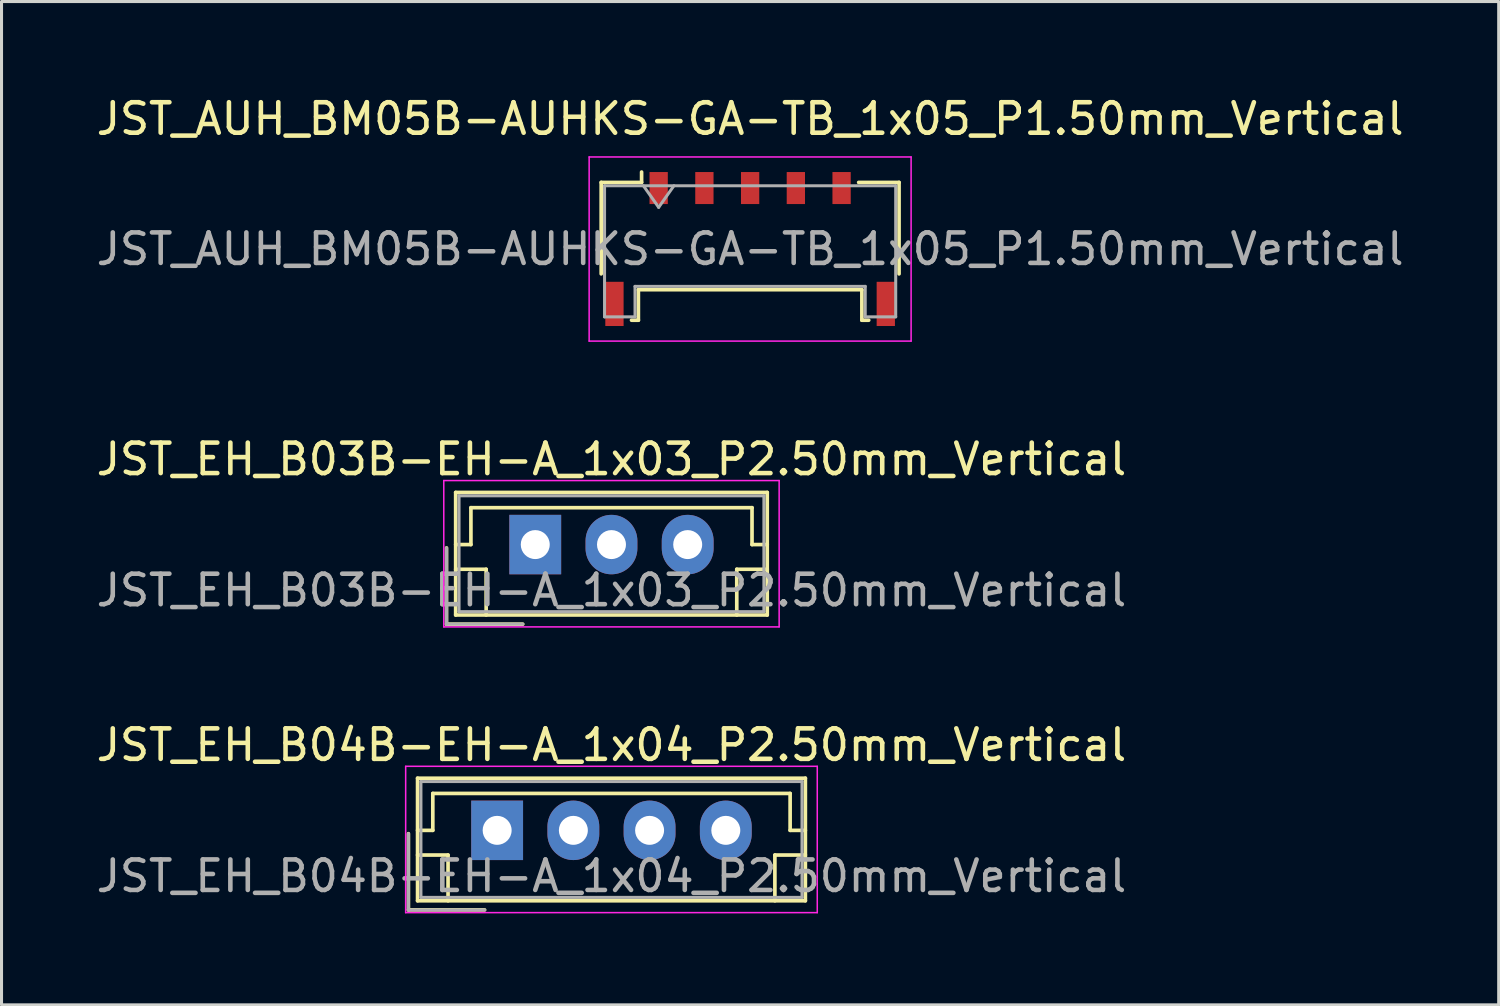
<source format=kicad_pcb>
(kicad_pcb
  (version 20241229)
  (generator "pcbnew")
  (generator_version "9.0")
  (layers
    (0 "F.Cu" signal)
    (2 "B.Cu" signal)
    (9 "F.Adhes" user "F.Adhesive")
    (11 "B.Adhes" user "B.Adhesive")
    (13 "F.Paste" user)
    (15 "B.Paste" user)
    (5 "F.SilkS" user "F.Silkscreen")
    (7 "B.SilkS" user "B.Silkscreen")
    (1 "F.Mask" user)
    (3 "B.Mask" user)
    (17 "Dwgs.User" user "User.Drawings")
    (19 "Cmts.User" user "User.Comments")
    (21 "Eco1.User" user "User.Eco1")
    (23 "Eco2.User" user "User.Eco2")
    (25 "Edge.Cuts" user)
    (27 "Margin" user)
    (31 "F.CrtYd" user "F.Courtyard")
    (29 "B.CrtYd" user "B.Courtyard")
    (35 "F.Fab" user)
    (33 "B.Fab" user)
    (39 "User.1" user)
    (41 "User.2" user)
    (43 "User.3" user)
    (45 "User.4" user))
  (footprint "JST_AUH_BM05B-AUHKS-GA-TB_1x05_P1.50mm_Vertical"
    (layer "F.Cu")
    (at 21.554 5.118)
    (property "Reference" "JST_AUH_BM05B-AUHKS-GA-TB_1x05_P1.50mm_Vertical" (at 0 -4.27 0) (layer "F.SilkS") (effects (font (size 1 1) (thickness 0.15))))
    (attr smd)
    (fp_line (start -4.885 -2.185) (end -3.56 -2.185) (stroke (width 0.12) (type solid)) (layer "F.SilkS"))
    (fp_line (start -4.885 0.815) (end -4.885 -2.185) (stroke (width 0.12) (type solid)) (layer "F.SilkS"))
    (fp_line (start -3.89 2.335) (end -3.665 2.335) (stroke (width 0.12) (type solid)) (layer "F.SilkS"))
    (fp_line (start -3.665 1.335) (end 3.665 1.335) (stroke (width 0.12) (type solid)) (layer "F.SilkS"))
    (fp_line (start -3.665 2.335) (end -3.665 1.335) (stroke (width 0.12) (type solid)) (layer "F.SilkS"))
    (fp_line (start -3.56 -2.185) (end -3.56 -2.525) (stroke (width 0.12) (type solid)) (layer "F.SilkS"))
    (fp_line (start 3.665 1.335) (end 3.665 2.335) (stroke (width 0.12) (type solid)) (layer "F.SilkS"))
    (fp_line (start 3.665 2.335) (end 3.89 2.335) (stroke (width 0.12) (type solid)) (layer "F.SilkS"))
    (fp_line (start 4.885 -2.185) (end 3.56 -2.185) (stroke (width 0.12) (type solid)) (layer "F.SilkS"))
    (fp_line (start 4.885 0.815) (end 4.885 -2.185) (stroke (width 0.12) (type solid)) (layer "F.SilkS"))
    (fp_line (start -5.28 -3.02) (end -5.28 3.02) (stroke (width 0.05) (type solid)) (layer "F.CrtYd"))
    (fp_line (start -5.28 3.02) (end 5.28 3.02) (stroke (width 0.05) (type solid)) (layer "F.CrtYd"))
    (fp_line (start 5.28 -3.02) (end -5.28 -3.02) (stroke (width 0.05) (type solid)) (layer "F.CrtYd"))
    (fp_line (start 5.28 3.02) (end 5.28 -3.02) (stroke (width 0.05) (type solid)) (layer "F.CrtYd"))
    (fp_line (start -4.775 -2.075) (end -4.775 2.225) (stroke (width 0.1) (type solid)) (layer "F.Fab"))
    (fp_line (start -4.775 -2.075) (end 4.775 -2.075) (stroke (width 0.1) (type solid)) (layer "F.Fab"))
    (fp_line (start -4.775 2.225) (end -3.775 2.225) (stroke (width 0.1) (type solid)) (layer "F.Fab"))
    (fp_line (start -3.775 1.225) (end 3.775 1.225) (stroke (width 0.1) (type solid)) (layer "F.Fab"))
    (fp_line (start -3.775 2.225) (end -3.775 1.225) (stroke (width 0.1) (type solid)) (layer "F.Fab"))
    (fp_line (start -3.5 -2.075) (end -3 -1.368) (stroke (width 0.1) (type solid)) (layer "F.Fab"))
    (fp_line (start -3 -1.368) (end -2.5 -2.075) (stroke (width 0.1) (type solid)) (layer "F.Fab"))
    (fp_line (start 3.775 1.225) (end 3.775 2.225) (stroke (width 0.1) (type solid)) (layer "F.Fab"))
    (fp_line (start 3.775 2.225) (end 4.775 2.225) (stroke (width 0.1) (type solid)) (layer "F.Fab"))
    (fp_line (start 4.775 -2.075) (end 4.775 2.225) (stroke (width 0.1) (type solid)) (layer "F.Fab"))
    (fp_text user "${REFERENCE}" (at 0 0 0) (layer "F.Fab") (effects (font (size 1 1) (thickness 0.15))))
    (pad "" smd rect (at -4.45 1.8) (size 0.6 1.45) (layers "F.Cu" "F.Mask" "F.Paste"))
    (pad "" smd rect (at 4.45 1.8) (size 0.6 1.45) (layers "F.Cu" "F.Mask" "F.Paste"))
    (pad "1" smd rect (at -3 -2) (size 0.6 1.05) (layers "F.Cu" "F.Mask" "F.Paste"))
    (pad "2" smd rect (at -1.5 -2) (size 0.6 1.05) (layers "F.Cu" "F.Mask" "F.Paste"))
    (pad "3" smd rect (at 0 -2) (size 0.6 1.05) (layers "F.Cu" "F.Mask" "F.Paste"))
    (pad "4" smd rect (at 1.5 -2) (size 0.6 1.05) (layers "F.Cu" "F.Mask" "F.Paste"))
    (pad "5" smd rect (at 3 -2) (size 0.6 1.05) (layers "F.Cu" "F.Mask" "F.Paste")))
  (footprint "JST_EH_B04B-EH-A_1x04_P2.50mm_Vertical"
    (layer "F.Cu")
    (at 13.256 24.185)
    (property "Reference" "JST_EH_B04B-EH-A_1x04_P2.50mm_Vertical" (at 3.75 -2.8 0) (layer "F.SilkS") (effects (font (size 1 1) (thickness 0.15))))
    (attr through_hole)
    (fp_line (start -2.91 0.11) (end -2.91 2.61) (stroke (width 0.12) (type solid)) (layer "F.SilkS"))
    (fp_line (start -2.91 2.61) (end -0.41 2.61) (stroke (width 0.12) (type solid)) (layer "F.SilkS"))
    (fp_line (start -2.61 -1.71) (end -2.61 2.31) (stroke (width 0.12) (type solid)) (layer "F.SilkS"))
    (fp_line (start -2.61 0) (end -2.11 0) (stroke (width 0.12) (type solid)) (layer "F.SilkS"))
    (fp_line (start -2.61 0.81) (end -1.61 0.81) (stroke (width 0.12) (type solid)) (layer "F.SilkS"))
    (fp_line (start -2.61 2.31) (end 10.11 2.31) (stroke (width 0.12) (type solid)) (layer "F.SilkS"))
    (fp_line (start -2.11 -1.21) (end 9.61 -1.21) (stroke (width 0.12) (type solid)) (layer "F.SilkS"))
    (fp_line (start -2.11 0) (end -2.11 -1.21) (stroke (width 0.12) (type solid)) (layer "F.SilkS"))
    (fp_line (start -1.61 0.81) (end -1.61 2.31) (stroke (width 0.12) (type solid)) (layer "F.SilkS"))
    (fp_line (start 9.11 0.81) (end 9.11 2.31) (stroke (width 0.12) (type solid)) (layer "F.SilkS"))
    (fp_line (start 9.61 -1.21) (end 9.61 0) (stroke (width 0.12) (type solid)) (layer "F.SilkS"))
    (fp_line (start 9.61 0) (end 10.11 0) (stroke (width 0.12) (type solid)) (layer "F.SilkS"))
    (fp_line (start 10.11 -1.71) (end -2.61 -1.71) (stroke (width 0.12) (type solid)) (layer "F.SilkS"))
    (fp_line (start 10.11 0.81) (end 9.11 0.81) (stroke (width 0.12) (type solid)) (layer "F.SilkS"))
    (fp_line (start 10.11 2.31) (end 10.11 -1.71) (stroke (width 0.12) (type solid)) (layer "F.SilkS"))
    (fp_line (start -3 -2.1) (end -3 2.7) (stroke (width 0.05) (type solid)) (layer "F.CrtYd"))
    (fp_line (start -3 2.7) (end 10.5 2.7) (stroke (width 0.05) (type solid)) (layer "F.CrtYd"))
    (fp_line (start 10.5 -2.1) (end -3 -2.1) (stroke (width 0.05) (type solid)) (layer "F.CrtYd"))
    (fp_line (start 10.5 2.7) (end 10.5 -2.1) (stroke (width 0.05) (type solid)) (layer "F.CrtYd"))
    (fp_line (start -2.91 0.11) (end -2.91 2.61) (stroke (width 0.1) (type solid)) (layer "F.Fab"))
    (fp_line (start -2.91 2.61) (end -0.41 2.61) (stroke (width 0.1) (type solid)) (layer "F.Fab"))
    (fp_line (start -2.5 -1.6) (end -2.5 2.2) (stroke (width 0.1) (type solid)) (layer "F.Fab"))
    (fp_line (start -2.5 2.2) (end 10 2.2) (stroke (width 0.1) (type solid)) (layer "F.Fab"))
    (fp_line (start 10 -1.6) (end -2.5 -1.6) (stroke (width 0.1) (type solid)) (layer "F.Fab"))
    (fp_line (start 10 2.2) (end 10 -1.6) (stroke (width 0.1) (type solid)) (layer "F.Fab"))
    (fp_text user "${REFERENCE}" (at 3.75 1.5 0) (layer "F.Fab") (effects (font (size 1 1) (thickness 0.15))))
    (pad "1" thru_hole rect (at 0 0) (size 1.7 1.95) (drill 0.95) (layers "*.Cu" "*.Mask"))
    (pad "2" thru_hole oval (at 2.5 0) (size 1.7 1.95) (drill 0.95) (layers "*.Cu" "*.Mask"))
    (pad "3" thru_hole oval (at 5 0) (size 1.7 1.95) (drill 0.95) (layers "*.Cu" "*.Mask"))
    (pad "4" thru_hole oval (at 7.5 0) (size 1.7 1.95) (drill 0.95) (layers "*.Cu" "*.Mask")))
  (footprint "JST_EH_B03B-EH-A_1x03_P2.50mm_Vertical"
    (layer "F.Cu")
    (at 14.506 14.812)
    (property "Reference" "JST_EH_B03B-EH-A_1x03_P2.50mm_Vertical" (at 2.5 -2.8 0) (layer "F.SilkS") (effects (font (size 1 1) (thickness 0.15))))
    (attr through_hole)
    (fp_line (start -2.91 0.11) (end -2.91 2.61) (stroke (width 0.12) (type solid)) (layer "F.SilkS"))
    (fp_line (start -2.91 2.61) (end -0.41 2.61) (stroke (width 0.12) (type solid)) (layer "F.SilkS"))
    (fp_line (start -2.61 -1.71) (end -2.61 2.31) (stroke (width 0.12) (type solid)) (layer "F.SilkS"))
    (fp_line (start -2.61 0) (end -2.11 0) (stroke (width 0.12) (type solid)) (layer "F.SilkS"))
    (fp_line (start -2.61 0.81) (end -1.61 0.81) (stroke (width 0.12) (type solid)) (layer "F.SilkS"))
    (fp_line (start -2.61 2.31) (end 7.61 2.31) (stroke (width 0.12) (type solid)) (layer "F.SilkS"))
    (fp_line (start -2.11 -1.21) (end 7.11 -1.21) (stroke (width 0.12) (type solid)) (layer "F.SilkS"))
    (fp_line (start -2.11 0) (end -2.11 -1.21) (stroke (width 0.12) (type solid)) (layer "F.SilkS"))
    (fp_line (start -1.61 0.81) (end -1.61 2.31) (stroke (width 0.12) (type solid)) (layer "F.SilkS"))
    (fp_line (start 6.61 0.81) (end 6.61 2.31) (stroke (width 0.12) (type solid)) (layer "F.SilkS"))
    (fp_line (start 7.11 -1.21) (end 7.11 0) (stroke (width 0.12) (type solid)) (layer "F.SilkS"))
    (fp_line (start 7.11 0) (end 7.61 0) (stroke (width 0.12) (type solid)) (layer "F.SilkS"))
    (fp_line (start 7.61 -1.71) (end -2.61 -1.71) (stroke (width 0.12) (type solid)) (layer "F.SilkS"))
    (fp_line (start 7.61 0.81) (end 6.61 0.81) (stroke (width 0.12) (type solid)) (layer "F.SilkS"))
    (fp_line (start 7.61 2.31) (end 7.61 -1.71) (stroke (width 0.12) (type solid)) (layer "F.SilkS"))
    (fp_line (start -3 -2.1) (end -3 2.7) (stroke (width 0.05) (type solid)) (layer "F.CrtYd"))
    (fp_line (start -3 2.7) (end 8 2.7) (stroke (width 0.05) (type solid)) (layer "F.CrtYd"))
    (fp_line (start 8 -2.1) (end -3 -2.1) (stroke (width 0.05) (type solid)) (layer "F.CrtYd"))
    (fp_line (start 8 2.7) (end 8 -2.1) (stroke (width 0.05) (type solid)) (layer "F.CrtYd"))
    (fp_line (start -2.91 0.11) (end -2.91 2.61) (stroke (width 0.1) (type solid)) (layer "F.Fab"))
    (fp_line (start -2.91 2.61) (end -0.41 2.61) (stroke (width 0.1) (type solid)) (layer "F.Fab"))
    (fp_line (start -2.5 -1.6) (end -2.5 2.2) (stroke (width 0.1) (type solid)) (layer "F.Fab"))
    (fp_line (start -2.5 2.2) (end 7.5 2.2) (stroke (width 0.1) (type solid)) (layer "F.Fab"))
    (fp_line (start 7.5 -1.6) (end -2.5 -1.6) (stroke (width 0.1) (type solid)) (layer "F.Fab"))
    (fp_line (start 7.5 2.2) (end 7.5 -1.6) (stroke (width 0.1) (type solid)) (layer "F.Fab"))
    (fp_text user "${REFERENCE}" (at 2.5 1.5 0) (layer "F.Fab") (effects (font (size 1 1) (thickness 0.15))))
    (pad "1" thru_hole rect (at 0 0) (size 1.7 1.95) (drill 0.95) (layers "*.Cu" "*.Mask"))
    (pad "2" thru_hole oval (at 2.5 0) (size 1.7 1.95) (drill 0.95) (layers "*.Cu" "*.Mask"))
    (pad "3" thru_hole oval (at 5 0) (size 1.7 1.95) (drill 0.95) (layers "*.Cu" "*.Mask")))
  (gr_rect
    (start -3 -3)
    (end 46.107 29.91)
    (stroke (width 0.1) (type default))
    (fill no)
    (layer "Edge.Cuts")))
</source>
